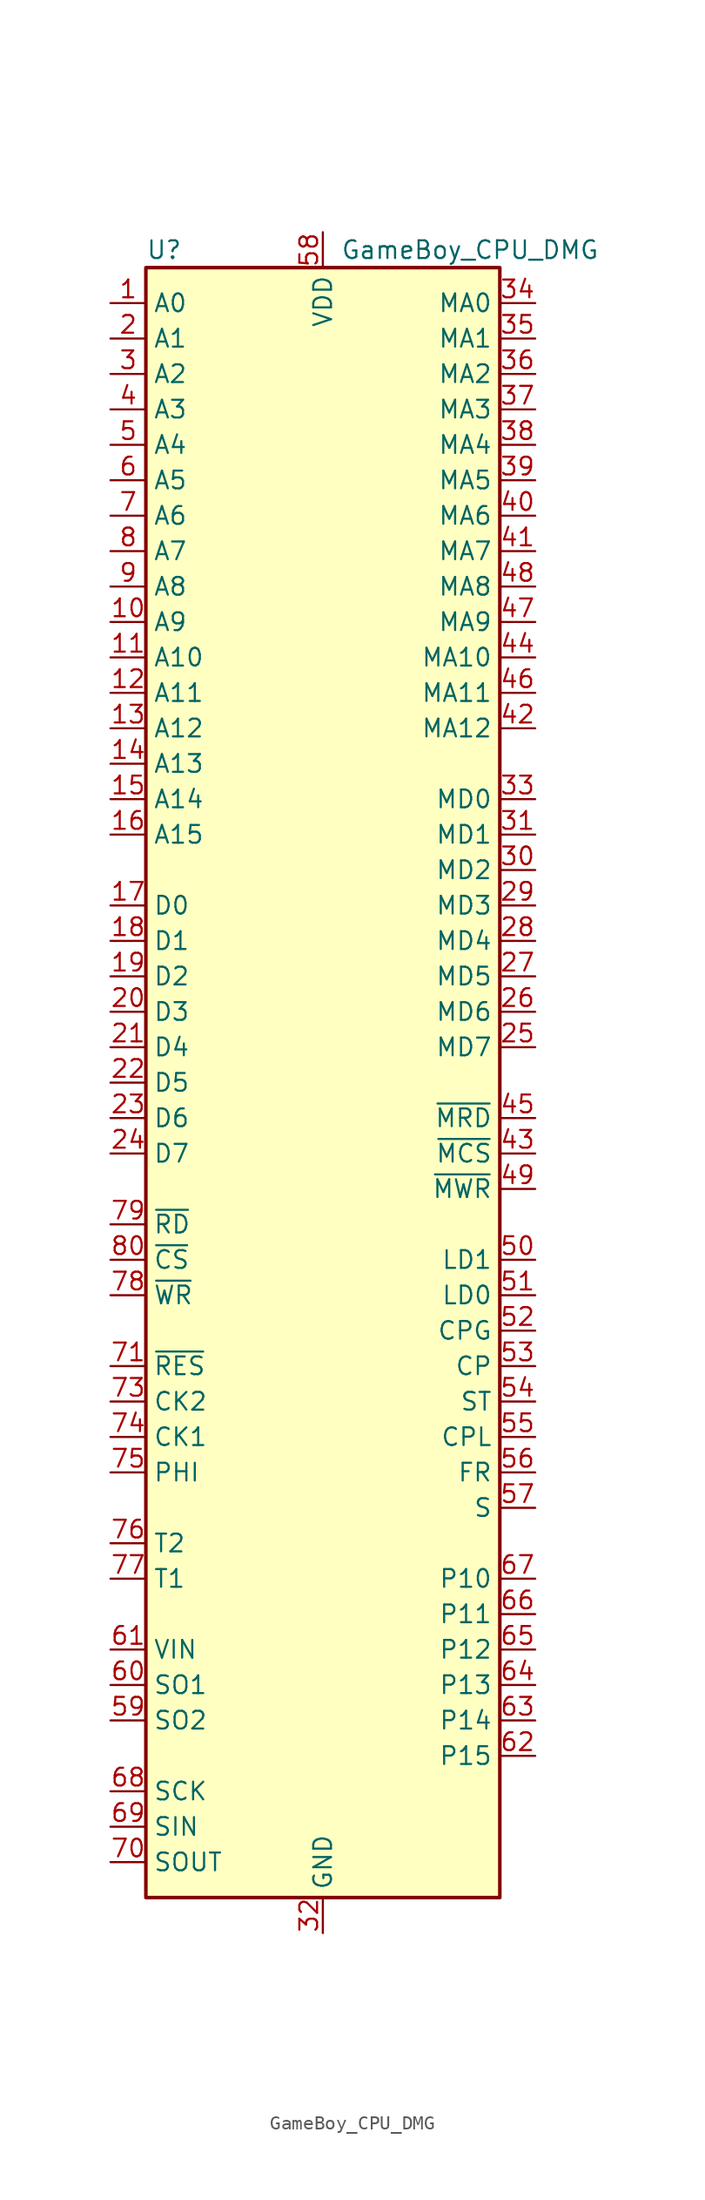
<source format=kicad_sym>
(kicad_symbol_lib
  (version 20220914)
  (generator kicad_symbol_editor)
  (symbol "GameBoy_CPU_DMG"
    (property "Reference" "U"
      (at -12.7 59.69 0)
      (effects (font (size 1.27 1.27)) (justify left)))
    (property "Value" "GameBoy_CPU_DMG"
      (at 1.27 59.69 0)
      (effects (font (size 1.27 1.27)) (justify left)))
    (symbol "GameBoy_CPU_DMG_0_1"
      (rectangle (start 12.7 -58.42) (end -12.7 58.42) (stroke (width 0.254) (type default)) (fill (type background))))
    (symbol "GameBoy_CPU_DMG_1_1"
      (pin bidirectional line (at -15.24 55.88 0) (length 2.54) (name "A0" (effects (font (size 1.27 1.27)))) (number "1" (effects (font (size 1.27 1.27)))))
      (pin bidirectional line (at -15.24 33.02 0) (length 2.54) (name "A9" (effects (font (size 1.27 1.27)))) (number "10" (effects (font (size 1.27 1.27)))))
      (pin bidirectional line (at -15.24 30.48 0) (length 2.54) (name "A10" (effects (font (size 1.27 1.27)))) (number "11" (effects (font (size 1.27 1.27)))))
      (pin bidirectional line (at -15.24 27.94 0) (length 2.54) (name "A11" (effects (font (size 1.27 1.27)))) (number "12" (effects (font (size 1.27 1.27)))))
      (pin bidirectional line (at -15.24 25.4 0) (length 2.54) (name "A12" (effects (font (size 1.27 1.27)))) (number "13" (effects (font (size 1.27 1.27)))))
      (pin bidirectional line (at -15.24 22.86 0) (length 2.54) (name "A13" (effects (font (size 1.27 1.27)))) (number "14" (effects (font (size 1.27 1.27)))))
      (pin bidirectional line (at -15.24 20.32 0) (length 2.54) (name "A14" (effects (font (size 1.27 1.27)))) (number "15" (effects (font (size 1.27 1.27)))))
      (pin bidirectional line (at -15.24 17.78 0) (length 2.54) (name "A15" (effects (font (size 1.27 1.27)))) (number "16" (effects (font (size 1.27 1.27)))))
      (pin bidirectional line (at -15.24 12.7 0) (length 2.54) (name "D0" (effects (font (size 1.27 1.27)))) (number "17" (effects (font (size 1.27 1.27)))))
      (pin bidirectional line (at -15.24 10.16 0) (length 2.54) (name "D1" (effects (font (size 1.27 1.27)))) (number "18" (effects (font (size 1.27 1.27)))))
      (pin bidirectional line (at -15.24 7.62 0) (length 2.54) (name "D2" (effects (font (size 1.27 1.27)))) (number "19" (effects (font (size 1.27 1.27)))))
      (pin bidirectional line (at -15.24 53.34 0) (length 2.54) (name "A1" (effects (font (size 1.27 1.27)))) (number "2" (effects (font (size 1.27 1.27)))))
      (pin bidirectional line (at -15.24 5.08 0) (length 2.54) (name "D3" (effects (font (size 1.27 1.27)))) (number "20" (effects (font (size 1.27 1.27)))))
      (pin bidirectional line (at -15.24 2.54 0) (length 2.54) (name "D4" (effects (font (size 1.27 1.27)))) (number "21" (effects (font (size 1.27 1.27)))))
      (pin bidirectional line (at -15.24 0 0) (length 2.54) (name "D5" (effects (font (size 1.27 1.27)))) (number "22" (effects (font (size 1.27 1.27)))))
      (pin bidirectional line (at -15.24 -2.54 0) (length 2.54) (name "D6" (effects (font (size 1.27 1.27)))) (number "23" (effects (font (size 1.27 1.27)))))
      (pin bidirectional line (at -15.24 -5.08 0) (length 2.54) (name "D7" (effects (font (size 1.27 1.27)))) (number "24" (effects (font (size 1.27 1.27)))))
      (pin bidirectional line (at 15.24 2.54 180) (length 2.54) (name "MD7" (effects (font (size 1.27 1.27)))) (number "25" (effects (font (size 1.27 1.27)))))
      (pin bidirectional line (at 15.24 5.08 180) (length 2.54) (name "MD6" (effects (font (size 1.27 1.27)))) (number "26" (effects (font (size 1.27 1.27)))))
      (pin bidirectional line (at 15.24 7.62 180) (length 2.54) (name "MD5" (effects (font (size 1.27 1.27)))) (number "27" (effects (font (size 1.27 1.27)))))
      (pin bidirectional line (at 15.24 10.16 180) (length 2.54) (name "MD4" (effects (font (size 1.27 1.27)))) (number "28" (effects (font (size 1.27 1.27)))))
      (pin bidirectional line (at 15.24 12.7 180) (length 2.54) (name "MD3" (effects (font (size 1.27 1.27)))) (number "29" (effects (font (size 1.27 1.27)))))
      (pin bidirectional line (at -15.24 50.8 0) (length 2.54) (name "A2" (effects (font (size 1.27 1.27)))) (number "3" (effects (font (size 1.27 1.27)))))
      (pin bidirectional line (at 15.24 15.24 180) (length 2.54) (name "MD2" (effects (font (size 1.27 1.27)))) (number "30" (effects (font (size 1.27 1.27)))))
      (pin bidirectional line (at 15.24 17.78 180) (length 2.54) (name "MD1" (effects (font (size 1.27 1.27)))) (number "31" (effects (font (size 1.27 1.27)))))
      (pin power_in line (at 0 -60.96 90) (length 2.54) (name "GND" (effects (font (size 1.27 1.27)))) (number "32" (effects (font (size 1.27 1.27)))))
      (pin bidirectional line (at 15.24 20.32 180) (length 2.54) (name "MD0" (effects (font (size 1.27 1.27)))) (number "33" (effects (font (size 1.27 1.27)))))
      (pin output line (at 15.24 55.88 180) (length 2.54) (name "MA0" (effects (font (size 1.27 1.27)))) (number "34" (effects (font (size 1.27 1.27)))))
      (pin output line (at 15.24 53.34 180) (length 2.54) (name "MA1" (effects (font (size 1.27 1.27)))) (number "35" (effects (font (size 1.27 1.27)))))
      (pin output line (at 15.24 50.8 180) (length 2.54) (name "MA2" (effects (font (size 1.27 1.27)))) (number "36" (effects (font (size 1.27 1.27)))))
      (pin output line (at 15.24 48.26 180) (length 2.54) (name "MA3" (effects (font (size 1.27 1.27)))) (number "37" (effects (font (size 1.27 1.27)))))
      (pin output line (at 15.24 45.72 180) (length 2.54) (name "MA4" (effects (font (size 1.27 1.27)))) (number "38" (effects (font (size 1.27 1.27)))))
      (pin output line (at 15.24 43.18 180) (length 2.54) (name "MA5" (effects (font (size 1.27 1.27)))) (number "39" (effects (font (size 1.27 1.27)))))
      (pin bidirectional line (at -15.24 48.26 0) (length 2.54) (name "A3" (effects (font (size 1.27 1.27)))) (number "4" (effects (font (size 1.27 1.27)))))
      (pin output line (at 15.24 40.64 180) (length 2.54) (name "MA6" (effects (font (size 1.27 1.27)))) (number "40" (effects (font (size 1.27 1.27)))))
      (pin output line (at 15.24 38.1 180) (length 2.54) (name "MA7" (effects (font (size 1.27 1.27)))) (number "41" (effects (font (size 1.27 1.27)))))
      (pin output line (at 15.24 25.4 180) (length 2.54) (name "MA12" (effects (font (size 1.27 1.27)))) (number "42" (effects (font (size 1.27 1.27)))))
      (pin bidirectional line (at 15.24 -5.08 180) (length 2.54) (name "~{MCS}" (effects (font (size 1.27 1.27)))) (number "43" (effects (font (size 1.27 1.27)))))
      (pin output line (at 15.24 30.48 180) (length 2.54) (name "MA10" (effects (font (size 1.27 1.27)))) (number "44" (effects (font (size 1.27 1.27)))))
      (pin bidirectional line (at 15.24 -2.54 180) (length 2.54) (name "~{MRD}" (effects (font (size 1.27 1.27)))) (number "45" (effects (font (size 1.27 1.27)))))
      (pin output line (at 15.24 27.94 180) (length 2.54) (name "MA11" (effects (font (size 1.27 1.27)))) (number "46" (effects (font (size 1.27 1.27)))))
      (pin output line (at 15.24 33.02 180) (length 2.54) (name "MA9" (effects (font (size 1.27 1.27)))) (number "47" (effects (font (size 1.27 1.27)))))
      (pin output line (at 15.24 35.56 180) (length 2.54) (name "MA8" (effects (font (size 1.27 1.27)))) (number "48" (effects (font (size 1.27 1.27)))))
      (pin bidirectional line (at 15.24 -7.62 180) (length 2.54) (name "~{MWR}" (effects (font (size 1.27 1.27)))) (number "49" (effects (font (size 1.27 1.27)))))
      (pin bidirectional line (at -15.24 45.72 0) (length 2.54) (name "A4" (effects (font (size 1.27 1.27)))) (number "5" (effects (font (size 1.27 1.27)))))
      (pin output line (at 15.24 -12.7 180) (length 2.54) (name "LD1" (effects (font (size 1.27 1.27)))) (number "50" (effects (font (size 1.27 1.27)))))
      (pin output line (at 15.24 -15.24 180) (length 2.54) (name "LD0" (effects (font (size 1.27 1.27)))) (number "51" (effects (font (size 1.27 1.27)))))
      (pin output line (at 15.24 -17.78 180) (length 2.54) (name "CPG" (effects (font (size 1.27 1.27)))) (number "52" (effects (font (size 1.27 1.27)))))
      (pin output line (at 15.24 -20.32 180) (length 2.54) (name "CP" (effects (font (size 1.27 1.27)))) (number "53" (effects (font (size 1.27 1.27)))))
      (pin output line (at 15.24 -22.86 180) (length 2.54) (name "ST" (effects (font (size 1.27 1.27)))) (number "54" (effects (font (size 1.27 1.27)))))
      (pin output line (at 15.24 -25.4 180) (length 2.54) (name "CPL" (effects (font (size 1.27 1.27)))) (number "55" (effects (font (size 1.27 1.27)))))
      (pin output line (at 15.24 -27.94 180) (length 2.54) (name "FR" (effects (font (size 1.27 1.27)))) (number "56" (effects (font (size 1.27 1.27)))))
      (pin output line (at 15.24 -30.48 180) (length 2.54) (name "S" (effects (font (size 1.27 1.27)))) (number "57" (effects (font (size 1.27 1.27)))))
      (pin power_in line (at 0 60.96 270) (length 2.54) (name "VDD" (effects (font (size 1.27 1.27)))) (number "58" (effects (font (size 1.27 1.27)))))
      (pin output line (at -15.24 -45.72 0) (length 2.54) (name "SO2" (effects (font (size 1.27 1.27)))) (number "59" (effects (font (size 1.27 1.27)))))
      (pin bidirectional line (at -15.24 43.18 0) (length 2.54) (name "A5" (effects (font (size 1.27 1.27)))) (number "6" (effects (font (size 1.27 1.27)))))
      (pin output line (at -15.24 -43.18 0) (length 2.54) (name "SO1" (effects (font (size 1.27 1.27)))) (number "60" (effects (font (size 1.27 1.27)))))
      (pin input line (at -15.24 -40.64 0) (length 2.54) (name "VIN" (effects (font (size 1.27 1.27)))) (number "61" (effects (font (size 1.27 1.27)))))
      (pin output line (at 15.24 -48.26 180) (length 2.54) (name "P15" (effects (font (size 1.27 1.27)))) (number "62" (effects (font (size 1.27 1.27)))))
      (pin output line (at 15.24 -45.72 180) (length 2.54) (name "P14" (effects (font (size 1.27 1.27)))) (number "63" (effects (font (size 1.27 1.27)))))
      (pin bidirectional line (at 15.24 -43.18 180) (length 2.54) (name "P13" (effects (font (size 1.27 1.27)))) (number "64" (effects (font (size 1.27 1.27)))))
      (pin bidirectional line (at 15.24 -40.64 180) (length 2.54) (name "P12" (effects (font (size 1.27 1.27)))) (number "65" (effects (font (size 1.27 1.27)))))
      (pin bidirectional line (at 15.24 -38.1 180) (length 2.54) (name "P11" (effects (font (size 1.27 1.27)))) (number "66" (effects (font (size 1.27 1.27)))))
      (pin bidirectional line (at 15.24 -35.56 180) (length 2.54) (name "P10" (effects (font (size 1.27 1.27)))) (number "67" (effects (font (size 1.27 1.27)))))
      (pin bidirectional line (at -15.24 -50.8 0) (length 2.54) (name "SCK" (effects (font (size 1.27 1.27)))) (number "68" (effects (font (size 1.27 1.27)))))
      (pin bidirectional line (at -15.24 -53.34 0) (length 2.54) (name "SIN" (effects (font (size 1.27 1.27)))) (number "69" (effects (font (size 1.27 1.27)))))
      (pin bidirectional line (at -15.24 40.64 0) (length 2.54) (name "A6" (effects (font (size 1.27 1.27)))) (number "7" (effects (font (size 1.27 1.27)))))
      (pin output line (at -15.24 -55.88 0) (length 2.54) (name "SOUT" (effects (font (size 1.27 1.27)))) (number "70" (effects (font (size 1.27 1.27)))))
      (pin input line (at -15.24 -20.32 0) (length 2.54) (name "~{RES}" (effects (font (size 1.27 1.27)))) (number "71" (effects (font (size 1.27 1.27)))))
      (pin passive line (at 0 -60.96 90) (length 2.54) hide (name "GND" (effects (font (size 1.27 1.27)))) (number "72" (effects (font (size 1.27 1.27)))))
      (pin passive line (at -15.24 -22.86 0) (length 2.54) (name "CK2" (effects (font (size 1.27 1.27)))) (number "73" (effects (font (size 1.27 1.27)))))
      (pin input line (at -15.24 -25.4 0) (length 2.54) (name "CK1" (effects (font (size 1.27 1.27)))) (number "74" (effects (font (size 1.27 1.27)))))
      (pin output line (at -15.24 -27.94 0) (length 2.54) (name "PHI" (effects (font (size 1.27 1.27)))) (number "75" (effects (font (size 1.27 1.27)))))
      (pin input line (at -15.24 -33.02 0) (length 2.54) (name "T2" (effects (font (size 1.27 1.27)))) (number "76" (effects (font (size 1.27 1.27)))))
      (pin input line (at -15.24 -35.56 0) (length 2.54) (name "T1" (effects (font (size 1.27 1.27)))) (number "77" (effects (font (size 1.27 1.27)))))
      (pin bidirectional line (at -15.24 -15.24 0) (length 2.54) (name "~{WR}" (effects (font (size 1.27 1.27)))) (number "78" (effects (font (size 1.27 1.27)))))
      (pin bidirectional line (at -15.24 -10.16 0) (length 2.54) (name "~{RD}" (effects (font (size 1.27 1.27)))) (number "79" (effects (font (size 1.27 1.27)))))
      (pin bidirectional line (at -15.24 38.1 0) (length 2.54) (name "A7" (effects (font (size 1.27 1.27)))) (number "8" (effects (font (size 1.27 1.27)))))
      (pin output line (at -15.24 -12.7 0) (length 2.54) (name "~{CS}" (effects (font (size 1.27 1.27)))) (number "80" (effects (font (size 1.27 1.27)))))
      (pin bidirectional line (at -15.24 35.56 0) (length 2.54) (name "A8" (effects (font (size 1.27 1.27)))) (number "9" (effects (font (size 1.27 1.27))))))))
</source>
